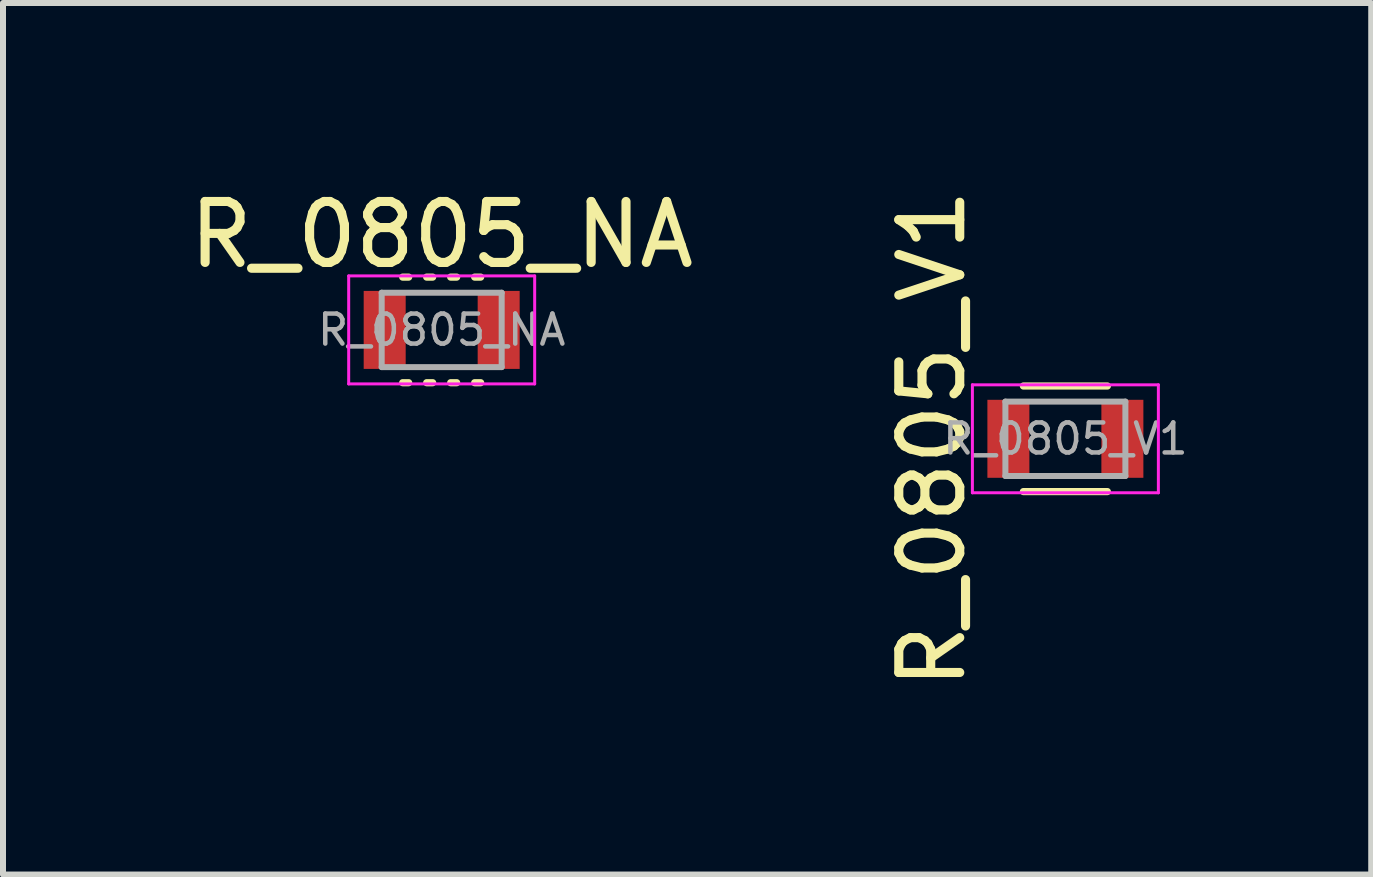
<source format=kicad_pcb>
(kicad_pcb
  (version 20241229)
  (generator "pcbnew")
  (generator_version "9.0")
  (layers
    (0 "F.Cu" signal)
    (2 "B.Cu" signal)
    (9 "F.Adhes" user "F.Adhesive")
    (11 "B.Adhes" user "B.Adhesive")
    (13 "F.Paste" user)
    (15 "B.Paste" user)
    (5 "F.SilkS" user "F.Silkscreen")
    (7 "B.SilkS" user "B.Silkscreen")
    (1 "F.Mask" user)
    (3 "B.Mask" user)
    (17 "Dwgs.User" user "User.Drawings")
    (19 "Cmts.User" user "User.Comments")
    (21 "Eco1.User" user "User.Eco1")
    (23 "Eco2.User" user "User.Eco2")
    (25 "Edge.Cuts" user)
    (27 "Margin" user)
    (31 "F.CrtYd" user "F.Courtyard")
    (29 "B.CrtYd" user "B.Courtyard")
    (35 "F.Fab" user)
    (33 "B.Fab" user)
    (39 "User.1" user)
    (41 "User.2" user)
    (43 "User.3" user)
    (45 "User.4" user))
  (footprint "R_0805_V1"
    (layer "F.Cu")
    (at 14.708 4.264)
    (property "Reference" "R_0805_V1" (at -2.223 0 90) (layer "F.SilkS") (effects (font (size 1.016 1.016) (thickness 0.152))))
    (attr smd)
    (fp_line (start -0.7 -0.88) (end 0.7 -0.88) (stroke (width 0.12) (type solid)) (layer "F.SilkS"))
    (fp_line (start -0.7 0.88) (end 0.7 0.88) (stroke (width 0.12) (type solid)) (layer "F.SilkS"))
    (fp_line (start -1.55 -0.9) (end -1.55 0.9) (stroke (width 0.05) (type solid)) (layer "F.CrtYd"))
    (fp_line (start -1.55 -0.9) (end 1.55 -0.9) (stroke (width 0.05) (type solid)) (layer "F.CrtYd"))
    (fp_line (start 1.55 0.9) (end -1.55 0.9) (stroke (width 0.05) (type solid)) (layer "F.CrtYd"))
    (fp_line (start 1.55 0.9) (end 1.55 -0.9) (stroke (width 0.05) (type solid)) (layer "F.CrtYd"))
    (fp_line (start -1 -0.62) (end 1 -0.62) (stroke (width 0.1) (type solid)) (layer "F.Fab"))
    (fp_line (start -1 0.62) (end -1 -0.62) (stroke (width 0.1) (type solid)) (layer "F.Fab"))
    (fp_line (start 1 -0.62) (end 1 0.62) (stroke (width 0.1) (type solid)) (layer "F.Fab"))
    (fp_line (start 1 0.62) (end -1 0.62) (stroke (width 0.1) (type solid)) (layer "F.Fab"))
    (fp_text user "${REFERENCE}" (at 0 0 0) (layer "F.Fab") (effects (font (size 0.5 0.5) (thickness 0.075))))
    (pad "1" smd rect (at -0.95 0) (size 0.7 1.3) (layers "F.Cu" "F.Mask" "F.Paste"))
    (pad "2" smd rect (at 0.95 0) (size 0.7 1.3) (layers "F.Cu" "F.Mask" "F.Paste")))
  (footprint "R_0805_NA"
    (layer "F.Cu")
    (at 4.312 2.449)
    (property "Reference" "R_0805_NA" (at 0 -1.587 0) (layer "F.SilkS") (effects (font (size 1.016 1.016) (thickness 0.152))))
    (attr smd)
    (fp_line (start -0.65 -0.88) (end -0.55 -0.88) (stroke (width 0.12) (type solid)) (layer "F.SilkS"))
    (fp_line (start -0.65 0.88) (end -0.55 0.88) (stroke (width 0.12) (type solid)) (layer "F.SilkS"))
    (fp_line (start -0.25 -0.88) (end -0.15 -0.88) (stroke (width 0.12) (type solid)) (layer "F.SilkS"))
    (fp_line (start -0.25 0.88) (end -0.15 0.88) (stroke (width 0.12) (type solid)) (layer "F.SilkS"))
    (fp_line (start 0.15 -0.88) (end 0.25 -0.88) (stroke (width 0.12) (type solid)) (layer "F.SilkS"))
    (fp_line (start 0.15 0.88) (end 0.25 0.88) (stroke (width 0.12) (type solid)) (layer "F.SilkS"))
    (fp_line (start 0.55 -0.88) (end 0.65 -0.88) (stroke (width 0.12) (type solid)) (layer "F.SilkS"))
    (fp_line (start 0.55 0.88) (end 0.65 0.88) (stroke (width 0.12) (type solid)) (layer "F.SilkS"))
    (fp_line (start -1.55 -0.9) (end -1.55 0.9) (stroke (width 0.05) (type solid)) (layer "F.CrtYd"))
    (fp_line (start -1.55 -0.9) (end 1.55 -0.9) (stroke (width 0.05) (type solid)) (layer "F.CrtYd"))
    (fp_line (start 1.55 0.9) (end -1.55 0.9) (stroke (width 0.05) (type solid)) (layer "F.CrtYd"))
    (fp_line (start 1.55 0.9) (end 1.55 -0.9) (stroke (width 0.05) (type solid)) (layer "F.CrtYd"))
    (fp_line (start -1 -0.62) (end 1 -0.62) (stroke (width 0.1) (type solid)) (layer "F.Fab"))
    (fp_line (start -1 0.62) (end -1 -0.62) (stroke (width 0.1) (type solid)) (layer "F.Fab"))
    (fp_line (start 1 -0.62) (end 1 0.62) (stroke (width 0.1) (type solid)) (layer "F.Fab"))
    (fp_line (start 1 0.62) (end -1 0.62) (stroke (width 0.1) (type solid)) (layer "F.Fab"))
    (fp_text user "${REFERENCE}" (at 0 0 0) (layer "F.Fab") (effects (font (size 0.5 0.5) (thickness 0.075))))
    (pad "1" smd rect (at -0.95 0) (size 0.7 1.3) (layers "F.Cu" "F.Mask" "F.Paste"))
    (pad "2" smd rect (at 0.95 0) (size 0.7 1.3) (layers "F.Cu" "F.Mask" "F.Paste")))
  (gr_rect
    (start -3 -3)
    (end 19.806 11.527)
    (stroke (width 0.1) (type default))
    (fill no)
    (layer "Edge.Cuts")))
</source>
